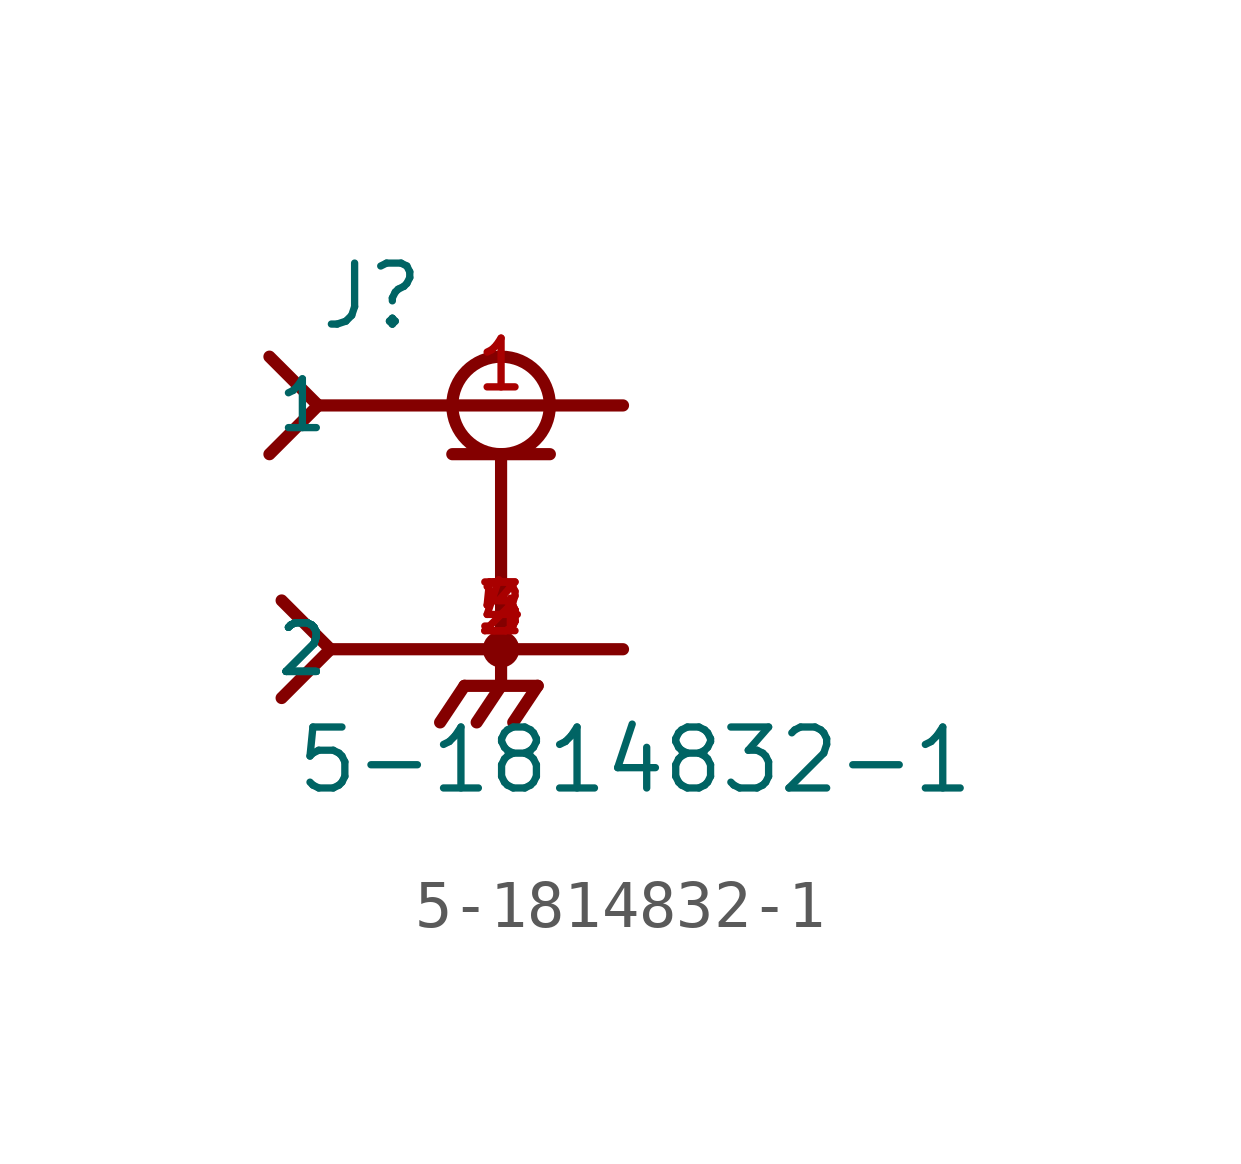
<source format=kicad_sym>
(kicad_symbol_lib
  (version 20211014)
  (generator kicad_symbol_editor)
  (symbol "5-1814832-1"
    (pin_names
      (offset 1.016))
    (property "Reference" "J"
      (at -3.817 4.072 0)
      (effects (font (size 1.27 1.27)) (justify bottom left)))
    (property "Value" "5-1814832-1"
      (at -4.323 -5.594 0)
      (effects (font (size 1.27 1.27)) (justify bottom left)))
    (symbol "5-1814832-1_0_0"
      (circle (center 0.0 2.54) (radius 1.016) (stroke (width 0.254)) (fill (type none)))
      (polyline (pts (xy -1.016 1.524) (xy 0.0 1.524)) (stroke (width 0.254)))
      (polyline (pts (xy 0.0 1.524) (xy 1.016 1.524)) (stroke (width 0.254)))
      (polyline (pts (xy 0.0 -2.54) (xy -3.556 -2.54)) (stroke (width 0.254)))
      (polyline (pts (xy -4.826 3.556) (xy -3.81 2.54)) (stroke (width 0.254)))
      (polyline (pts (xy -4.826 1.524) (xy -3.81 2.54)) (stroke (width 0.254)))
      (polyline (pts (xy -4.572 -1.524) (xy -3.556 -2.54)) (stroke (width 0.254)))
      (polyline (pts (xy -4.572 -3.556) (xy -3.556 -2.54)) (stroke (width 0.254)))
      (polyline (pts (xy 0.0 1.524) (xy 0.0 -2.54)) (stroke (width 0.254)))
      (circle (center 0.0 -2.54) (radius 0.254) (stroke (width 0.254)) (fill (type none)))
      (polyline (pts (xy -3.81 2.54) (xy 2.54 2.54)) (stroke (width 0.254)))
      (polyline (pts (xy 2.54 -2.54) (xy 0.0 -2.54)) (stroke (width 0.254)))
      (polyline (pts (xy 0.0 -2.54) (xy 0.0 -3.302)) (stroke (width 0.254)))
      (polyline (pts (xy 0.0 -3.302) (xy -0.762 -3.302)) (stroke (width 0.254)))
      (polyline (pts (xy 0.0 -3.302) (xy 0.762 -3.302)) (stroke (width 0.254)))
      (polyline (pts (xy -0.762 -3.302) (xy -1.27 -4.064)) (stroke (width 0.254)))
      (polyline (pts (xy 0.0 -3.302) (xy -0.508 -4.064)) (stroke (width 0.254)))
      (polyline (pts (xy 0.762 -3.302) (xy 0.254 -4.064)) (stroke (width 0.254)))
      (pin passive line (at 2.54 2.54 180.0) (length 5.08) (name "1" (effects (font (size 1.016 1.016)))) (number "1" (effects (font (size 1.016 1.016)))))
      (pin passive line (at 2.54 -2.54 180.0) (length 5.08) (name "2" (effects (font (size 1.016 1.016)))) (number "2" (effects (font (size 1.016 1.016)))))
      (pin passive line (at 2.54 -2.54 180.0) (length 5.08) (name "2" (effects (font (size 1.016 1.016)))) (number "3" (effects (font (size 1.016 1.016)))))
      (pin passive line (at 2.54 -2.54 180.0) (length 5.08) (name "2" (effects (font (size 1.016 1.016)))) (number "4" (effects (font (size 1.016 1.016)))))
      (pin passive line (at 2.54 -2.54 180.0) (length 5.08) (name "2" (effects (font (size 1.016 1.016)))) (number "5" (effects (font (size 1.016 1.016))))))))
</source>
